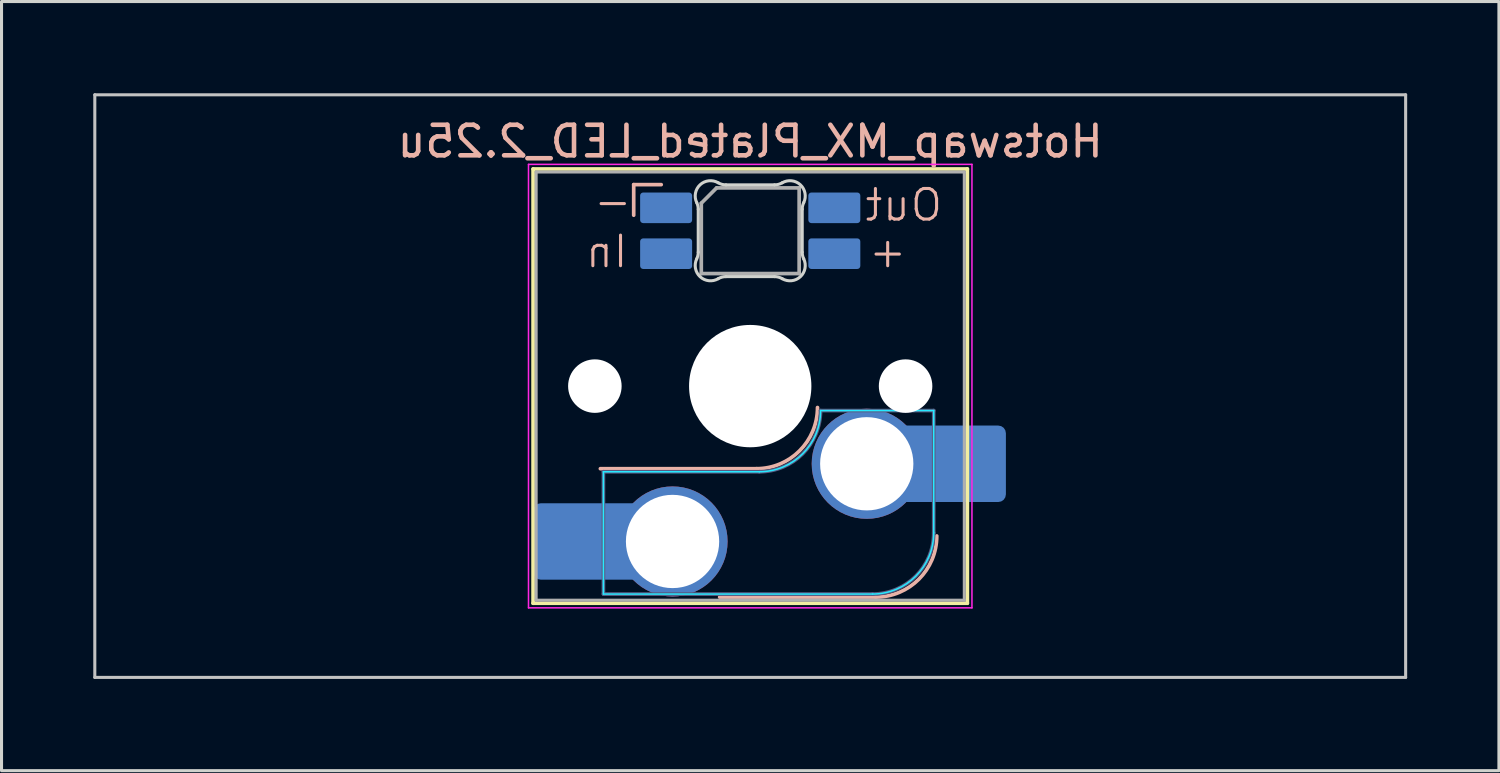
<source format=kicad_pcb>
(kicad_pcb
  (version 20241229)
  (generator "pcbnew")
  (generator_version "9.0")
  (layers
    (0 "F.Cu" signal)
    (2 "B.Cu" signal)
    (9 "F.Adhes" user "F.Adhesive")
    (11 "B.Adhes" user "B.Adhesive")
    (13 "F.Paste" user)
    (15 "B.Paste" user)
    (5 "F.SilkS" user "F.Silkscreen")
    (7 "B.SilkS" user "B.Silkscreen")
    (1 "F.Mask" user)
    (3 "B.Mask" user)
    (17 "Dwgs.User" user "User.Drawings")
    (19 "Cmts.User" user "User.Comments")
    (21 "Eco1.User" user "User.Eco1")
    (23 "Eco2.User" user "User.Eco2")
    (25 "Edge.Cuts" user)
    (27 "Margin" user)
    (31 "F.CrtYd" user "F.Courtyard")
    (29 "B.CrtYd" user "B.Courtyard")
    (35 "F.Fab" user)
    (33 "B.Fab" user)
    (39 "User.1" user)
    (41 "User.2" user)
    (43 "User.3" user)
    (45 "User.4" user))
  (footprint "Hotswap_MX_Plated_LED_2.25u"
    (layer "F.Cu")
    (at 21.481 9.575)
    (property "Reference" "Hotswap_MX_Plated_LED_2.25u" (at 0 -8.001 0) (layer "B.SilkS") (effects (font (size 1 1) (thickness 0.15)) (justify mirror)))
    (fp_line (start -7.1 -7.1) (end -7.1 7.1) (stroke (width 0.12) (type solid)) (layer "F.SilkS"))
    (fp_line (start -7.1 7.1) (end 7.1 7.1) (stroke (width 0.12) (type solid)) (layer "F.SilkS"))
    (fp_line (start 7.1 -7.1) (end -7.1 -7.1) (stroke (width 0.12) (type solid)) (layer "F.SilkS"))
    (fp_line (start 7.1 7.1) (end 7.1 -7.1) (stroke (width 0.12) (type solid)) (layer "F.SilkS"))
    (fp_line (start -3.81 -6.588) (end -2.91 -6.588) (stroke (width 0.12) (type solid)) (layer "B.SilkS"))
    (fp_line (start -3.81 -5.588) (end -3.81 -6.588) (stroke (width 0.12) (type solid)) (layer "B.SilkS"))
    (fp_line (start 0.2 2.7) (end -4.9 2.7) (stroke (width 0.12) (type solid)) (layer "B.SilkS"))
    (fp_line (start 4.1 6.9) (end -1 6.9) (stroke (width 0.12) (type solid)) (layer "B.SilkS"))
    (fp_arc (start 2.2 0.7) (mid 1.614214 2.114214) (end 0.2 2.7) (stroke (width 0.12) (type solid)) (layer "B.SilkS"))
    (fp_arc (start 6.1 4.9) (mid 5.514214 6.314214) (end 4.1 6.9) (stroke (width 0.12) (type solid)) (layer "B.SilkS"))
    (fp_line (start -21.431 -9.525) (end -21.431 9.525) (stroke (width 0.1) (type solid)) (layer "Dwgs.User"))
    (fp_line (start -21.431 9.525) (end 21.431 9.525) (stroke (width 0.1) (type solid)) (layer "Dwgs.User"))
    (fp_line (start 21.431 -9.525) (end -21.431 -9.525) (stroke (width 0.1) (type solid)) (layer "Dwgs.User"))
    (fp_line (start 21.431 9.525) (end 21.431 -9.525) (stroke (width 0.1) (type solid)) (layer "Dwgs.User"))
    (fp_line (start -0.25 -0.25) (end 0 0) (stroke (width 0.12) (type solid)) (layer "Cmts.User"))
    (fp_line (start 0 0) (end -0.25 0.25) (stroke (width 0.12) (type solid)) (layer "Cmts.User"))
    (fp_line (start 0 0) (end 0.25 0.25) (stroke (width 0.12) (type solid)) (layer "Cmts.User"))
    (fp_line (start 0.25 -0.25) (end 0 0) (stroke (width 0.12) (type solid)) (layer "Cmts.User"))
    (fp_line (start -7.8 -6) (end -7 -6) (stroke (width 0.1) (type solid)) (layer "Eco1.User"))
    (fp_line (start -7.8 -2.9) (end -7.8 -6) (stroke (width 0.1) (type solid)) (layer "Eco1.User"))
    (fp_line (start -7.8 2.9) (end -7 2.9) (stroke (width 0.1) (type solid)) (layer "Eco1.User"))
    (fp_line (start -7.8 6) (end -7.8 2.9) (stroke (width 0.1) (type solid)) (layer "Eco1.User"))
    (fp_line (start -7 -7) (end 7 -7) (stroke (width 0.1) (type solid)) (layer "Eco1.User"))
    (fp_line (start -7 -6) (end -7 -7) (stroke (width 0.1) (type solid)) (layer "Eco1.User"))
    (fp_line (start -7 -2.9) (end -7.8 -2.9) (stroke (width 0.1) (type solid)) (layer "Eco1.User"))
    (fp_line (start -7 2.9) (end -7 -2.9) (stroke (width 0.1) (type solid)) (layer "Eco1.User"))
    (fp_line (start -7 6) (end -7.8 6) (stroke (width 0.1) (type solid)) (layer "Eco1.User"))
    (fp_line (start -7 7) (end -7 6) (stroke (width 0.1) (type solid)) (layer "Eco1.User"))
    (fp_line (start 7 -7) (end 7 -6) (stroke (width 0.1) (type solid)) (layer "Eco1.User"))
    (fp_line (start 7 -6) (end 7.8 -6) (stroke (width 0.1) (type solid)) (layer "Eco1.User"))
    (fp_line (start 7 -2.9) (end 7 2.9) (stroke (width 0.1) (type solid)) (layer "Eco1.User"))
    (fp_line (start 7 2.9) (end 7.8 2.9) (stroke (width 0.1) (type solid)) (layer "Eco1.User"))
    (fp_line (start 7 6) (end 7 7) (stroke (width 0.1) (type solid)) (layer "Eco1.User"))
    (fp_line (start 7 7) (end -7 7) (stroke (width 0.1) (type solid)) (layer "Eco1.User"))
    (fp_line (start 7.8 -6) (end 7.8 -2.9) (stroke (width 0.1) (type solid)) (layer "Eco1.User"))
    (fp_line (start 7.8 -2.9) (end 7 -2.9) (stroke (width 0.1) (type solid)) (layer "Eco1.User"))
    (fp_line (start 7.8 2.9) (end 7.8 6) (stroke (width 0.1) (type solid)) (layer "Eco1.User"))
    (fp_line (start 7.8 6) (end 7 6) (stroke (width 0.1) (type solid)) (layer "Eco1.User"))
    (fp_line (start -1.7 -5.783) (end -1.7 -4.377) (stroke (width 0.1) (type solid)) (layer "Edge.Cuts"))
    (fp_line (start -0.794 -3.58) (end 0.794 -3.58) (stroke (width 0.1) (type solid)) (layer "Edge.Cuts"))
    (fp_line (start 0.794 -6.58) (end -0.794 -6.58) (stroke (width 0.1) (type solid)) (layer "Edge.Cuts"))
    (fp_line (start 1.7 -4.377) (end 1.7 -5.783) (stroke (width 0.1) (type solid)) (layer "Edge.Cuts"))
    (fp_arc (start -1.749484 -5.999721) (mid -1.712518 -5.894071) (end -1.699999 -5.782844) (stroke (width 0.1) (type solid)) (layer "Edge.Cuts"))
    (fp_arc (start -1.749484 -5.999721) (mid -1.638071 -6.584035) (end -1.046711 -6.648299) (stroke (width 0.1) (type solid)) (layer "Edge.Cuts"))
    (fp_arc (start -1.699999 -4.377159) (mid -1.712528 -4.265933) (end -1.749484 -4.160281) (stroke (width 0.1) (type solid)) (layer "Edge.Cuts"))
    (fp_arc (start -1.046711 -3.511702) (mid -1.638072 -3.575966) (end -1.749484 -4.160282) (stroke (width 0.1) (type solid)) (layer "Edge.Cuts"))
    (fp_arc (start -1.046711 -3.511702) (mid -0.925123 -3.562624) (end -0.794452 -3.580001) (stroke (width 0.1) (type solid)) (layer "Edge.Cuts"))
    (fp_arc (start -0.794453 -6.58) (mid -0.925123 -6.597377) (end -1.046711 -6.648299) (stroke (width 0.1) (type solid)) (layer "Edge.Cuts"))
    (fp_arc (start 0.794452 -3.580001) (mid 0.925122 -3.562624) (end 1.04671 -3.511702) (stroke (width 0.1) (type solid)) (layer "Edge.Cuts"))
    (fp_arc (start 1.046711 -6.6483) (mid 0.925123 -6.597378) (end 0.794453 -6.580001) (stroke (width 0.1) (type solid)) (layer "Edge.Cuts"))
    (fp_arc (start 1.046711 -6.6483) (mid 1.638072 -6.584036) (end 1.749484 -5.999721) (stroke (width 0.1) (type solid)) (layer "Edge.Cuts"))
    (fp_arc (start 1.699999 -5.782843) (mid 1.712528 -5.894069) (end 1.749484 -5.999721) (stroke (width 0.1) (type solid)) (layer "Edge.Cuts"))
    (fp_arc (start 1.749484 -4.160281) (mid 1.63807 -3.575967) (end 1.046711 -3.511704) (stroke (width 0.1) (type solid)) (layer "Edge.Cuts"))
    (fp_arc (start 1.749484 -4.160281) (mid 1.712519 -4.265931) (end 1.699999 -4.377158) (stroke (width 0.1) (type solid)) (layer "Edge.Cuts"))
    (fp_line (start -4.8 6.8) (end -4.8 2.8) (stroke (width 0.05) (type solid)) (layer "B.CrtYd"))
    (fp_line (start 0.3 2.8) (end -4.8 2.8) (stroke (width 0.05) (type solid)) (layer "B.CrtYd"))
    (fp_line (start 4 6.8) (end -4.8 6.8) (stroke (width 0.05) (type solid)) (layer "B.CrtYd"))
    (fp_line (start 6 0.8) (end 2.3 0.8) (stroke (width 0.05) (type solid)) (layer "B.CrtYd"))
    (fp_line (start 6 0.8) (end 6 4.8) (stroke (width 0.05) (type solid)) (layer "B.CrtYd"))
    (fp_arc (start 2.3 0.8) (mid 1.714214 2.214214) (end 0.3 2.8) (stroke (width 0.05) (type solid)) (layer "B.CrtYd"))
    (fp_arc (start 6 4.8) (mid 5.414214 6.214214) (end 4 6.8) (stroke (width 0.05) (type solid)) (layer "B.CrtYd"))
    (fp_line (start -7.25 -7.25) (end -7.25 7.25) (stroke (width 0.05) (type solid)) (layer "F.CrtYd"))
    (fp_line (start -7.25 7.25) (end 7.25 7.25) (stroke (width 0.05) (type solid)) (layer "F.CrtYd"))
    (fp_line (start 7.25 -7.25) (end -7.25 -7.25) (stroke (width 0.05) (type solid)) (layer "F.CrtYd"))
    (fp_line (start 7.25 7.25) (end 7.25 -7.25) (stroke (width 0.05) (type solid)) (layer "F.CrtYd"))
    (fp_line (start -4.8 6.8) (end -4.8 2.8) (stroke (width 0.12) (type solid)) (layer "B.Fab"))
    (fp_line (start 0.3 2.8) (end -4.8 2.8) (stroke (width 0.12) (type solid)) (layer "B.Fab"))
    (fp_line (start 4 6.8) (end -4.8 6.8) (stroke (width 0.12) (type solid)) (layer "B.Fab"))
    (fp_line (start 6 0.8) (end 2.3 0.8) (stroke (width 0.12) (type solid)) (layer "B.Fab"))
    (fp_line (start 6 0.8) (end 6 4.8) (stroke (width 0.12) (type solid)) (layer "B.Fab"))
    (fp_arc (start 2.3 0.8) (mid 1.714214 2.214214) (end 0.3 2.8) (stroke (width 0.12) (type solid)) (layer "B.Fab"))
    (fp_arc (start 6 4.8) (mid 5.414214 6.214214) (end 4 6.8) (stroke (width 0.12) (type solid)) (layer "B.Fab"))
    (fp_line (start -7 -7) (end -7 7) (stroke (width 0.1) (type solid)) (layer "F.Fab"))
    (fp_line (start -7 7) (end 7 7) (stroke (width 0.1) (type solid)) (layer "F.Fab"))
    (fp_line (start -1.6 -5.98) (end -1.6 -3.68) (stroke (width 0.12) (type solid)) (layer "F.Fab"))
    (fp_line (start -1.6 -5.98) (end -1.1 -6.48) (stroke (width 0.12) (type solid)) (layer "F.Fab"))
    (fp_line (start -1.6 -3.68) (end 1.6 -3.68) (stroke (width 0.12) (type solid)) (layer "F.Fab"))
    (fp_line (start 1.6 -6.48) (end -1.1 -6.48) (stroke (width 0.12) (type solid)) (layer "F.Fab"))
    (fp_line (start 1.6 -6.48) (end 1.6 -3.68) (stroke (width 0.12) (type solid)) (layer "F.Fab"))
    (fp_line (start 7 -7) (end -7 -7) (stroke (width 0.1) (type solid)) (layer "F.Fab"))
    (fp_line (start 7 7) (end 7 -7) (stroke (width 0.1) (type solid)) (layer "F.Fab"))
    (fp_text user "-" (at -3.81 -6.477 180) (unlocked yes) (layer "B.SilkS") (effects (font (size 1 1) (thickness 0.1)) (justify left bottom)))
    (fp_text user "In" (at -3.937 -3.81 0) (unlocked yes) (layer "B.SilkS") (effects (font (size 1 1) (thickness 0.1)) (justify left bottom mirror)))
    (fp_text user "+" (at 3.81 -4.826 180) (unlocked yes) (layer "B.SilkS") (effects (font (size 1 1) (thickness 0.1)) (justify left bottom mirror)))
    (fp_text user "Out" (at 6.35 -5.334 0) (unlocked yes) (layer "B.SilkS") (effects (font (size 1 1) (thickness 0.1)) (justify left bottom mirror)))
    (pad "" smd roundrect (at -5.842 5.08 180) (size 2.55 2.5) (layers "B.Mask" "B.Paste") (roundrect_rratio 0.1))
    (pad "" np_thru_hole circle (at -5.08 0 180) (size 1.75 1.75) (drill 1.75) (layers "*.Cu" "*.Mask"))
    (pad "" np_thru_hole circle (at 0 0 180) (size 4 4) (drill 4) (layers "*.Cu" "*.Mask"))
    (pad "" np_thru_hole circle (at 5.08 0 180) (size 1.75 1.75) (drill 1.75) (layers "*.Cu" "*.Mask"))
    (pad "" smd roundrect (at 7.085 2.54 180) (size 2.55 2.5) (layers "B.Mask" "B.Paste") (roundrect_rratio 0.1))
    (pad "1" thru_hole circle (at 3.81 2.54 180) (size 3.6 3.6) (drill 3.05) (layers "*.Cu" "*.Mask"))
    (pad "1" smd roundrect (at 6.585 2.54 180) (size 3.55 2.5) (layers "B.Cu") (roundrect_rratio 0.1))
    (pad "2" smd roundrect (at -5.32 5.08 180) (size 3.55 2.5) (layers "B.Cu") (roundrect_rratio 0.1))
    (pad "2" thru_hole circle (at -2.54 5.08 270) (size 3.6 3.6) (drill 3.05) (layers "*.Cu" "*.Mask"))
    (pad "3" smd roundrect (at 2.75 -4.33 270) (size 1 1.7) (layers "B.Cu" "B.Mask" "B.Paste") (roundrect_rratio 0.1))
    (pad "4" smd roundrect (at 2.75 -5.83 270) (size 1 1.7) (layers "B.Cu" "B.Mask" "B.Paste") (roundrect_rratio 0.1))
    (pad "5" smd roundrect (at -2.75 -4.33 90) (size 1 1.7) (layers "B.Cu" "B.Mask" "B.Paste") (roundrect_rratio 0.1))
    (pad "6" smd roundrect (at -2.75 -5.83 90) (size 1 1.7) (layers "B.Cu" "B.Mask" "B.Paste") (roundrect_rratio 0.1)))
  (gr_rect
    (start -3 -3)
    (end 45.962 22.15)
    (stroke (width 0.1) (type default))
    (fill no)
    (layer "Edge.Cuts")))
</source>
